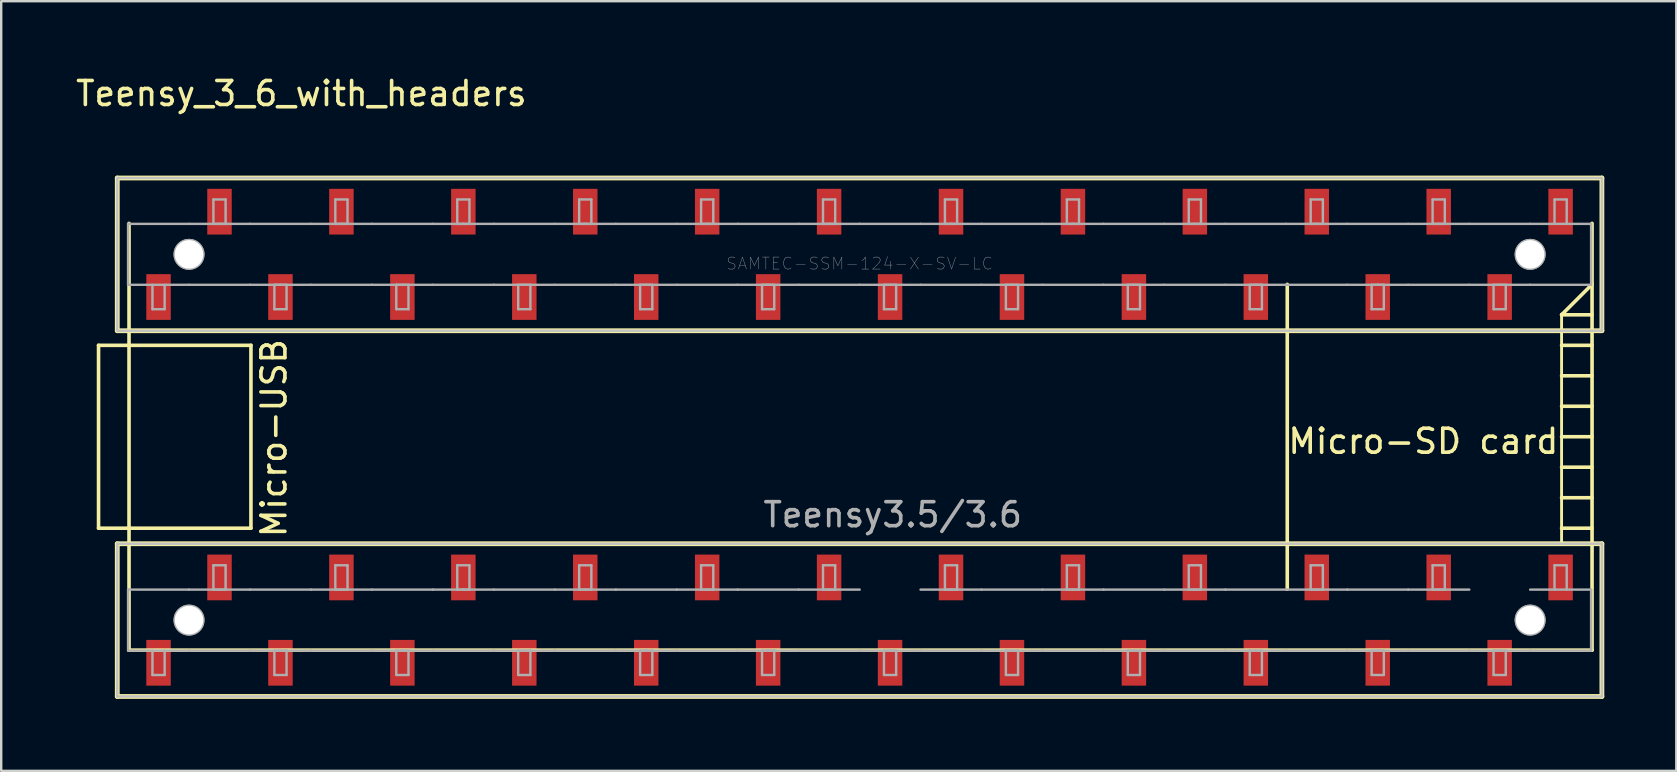
<source format=kicad_pcb>
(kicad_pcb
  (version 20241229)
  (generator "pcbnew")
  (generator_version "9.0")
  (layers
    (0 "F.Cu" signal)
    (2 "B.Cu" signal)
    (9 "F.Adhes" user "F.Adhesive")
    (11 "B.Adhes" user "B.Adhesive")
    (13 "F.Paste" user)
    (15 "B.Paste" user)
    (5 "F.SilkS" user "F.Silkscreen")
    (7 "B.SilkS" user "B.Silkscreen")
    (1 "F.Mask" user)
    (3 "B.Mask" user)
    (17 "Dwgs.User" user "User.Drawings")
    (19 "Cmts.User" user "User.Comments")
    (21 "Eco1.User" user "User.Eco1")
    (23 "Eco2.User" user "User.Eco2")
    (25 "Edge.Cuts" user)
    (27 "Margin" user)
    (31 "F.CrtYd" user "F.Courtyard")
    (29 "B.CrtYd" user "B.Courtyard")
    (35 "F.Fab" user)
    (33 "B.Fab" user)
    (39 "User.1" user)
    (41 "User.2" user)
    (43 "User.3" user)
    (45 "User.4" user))
  (footprint "Teensy_3_6_with_headers"
    (layer "F.Cu")
    (at 32.766 22.788)
    (property "Reference" "Teensy_3_6_with_headers" (at -23.26 -21.94 0) (layer "F.SilkS") (effects (font (size 1 1) (thickness 0.15))))
    (attr through_hole)
    (fp_circle (center -27.94 -15.24) (end -27.294 -15.24) (stroke (width 0.1) (type solid)) (fill no) (layer "F.Mask"))
    (fp_circle (center -27.94 0) (end -27.294 0) (stroke (width 0.1) (type solid)) (fill no) (layer "F.Mask"))
    (fp_circle (center 27.94 -15.24) (end 28.586 -15.24) (stroke (width 0.1) (type solid)) (fill no) (layer "F.Mask"))
    (fp_circle (center 27.94 0) (end 28.586 0) (stroke (width 0.1) (type solid)) (fill no) (layer "F.Mask"))
    (fp_poly (pts (xy -29.771 -14.465) (xy -28.649 -14.465) (xy -28.649 -12.458) (xy -29.771 -12.458)) (stroke (width 0.01) (type solid)) (fill yes) (layer "F.Mask"))
    (fp_poly (pts (xy -29.771 0.775) (xy -28.649 0.775) (xy -28.649 2.782) (xy -29.771 2.782)) (stroke (width 0.01) (type solid)) (fill yes) (layer "F.Mask"))
    (fp_poly (pts (xy -27.231 -18.021) (xy -26.109 -18.021) (xy -26.109 -16.014) (xy -27.231 -16.014)) (stroke (width 0.01) (type solid)) (fill yes) (layer "F.Mask"))
    (fp_poly (pts (xy -27.231 -2.781) (xy -26.109 -2.781) (xy -26.109 -0.774) (xy -27.231 -0.774)) (stroke (width 0.01) (type solid)) (fill yes) (layer "F.Mask"))
    (fp_poly (pts (xy -24.691 -14.465) (xy -23.569 -14.465) (xy -23.569 -12.458) (xy -24.691 -12.458)) (stroke (width 0.01) (type solid)) (fill yes) (layer "F.Mask"))
    (fp_poly (pts (xy -24.691 0.775) (xy -23.569 0.775) (xy -23.569 2.782) (xy -24.691 2.782)) (stroke (width 0.01) (type solid)) (fill yes) (layer "F.Mask"))
    (fp_poly (pts (xy -22.151 -18.021) (xy -21.029 -18.021) (xy -21.029 -16.014) (xy -22.151 -16.014)) (stroke (width 0.01) (type solid)) (fill yes) (layer "F.Mask"))
    (fp_poly (pts (xy -22.151 -2.781) (xy -21.029 -2.781) (xy -21.029 -0.774) (xy -22.151 -0.774)) (stroke (width 0.01) (type solid)) (fill yes) (layer "F.Mask"))
    (fp_poly (pts (xy -19.611 -14.465) (xy -18.489 -14.465) (xy -18.489 -12.458) (xy -19.611 -12.458)) (stroke (width 0.01) (type solid)) (fill yes) (layer "F.Mask"))
    (fp_poly (pts (xy -19.611 0.775) (xy -18.489 0.775) (xy -18.489 2.782) (xy -19.611 2.782)) (stroke (width 0.01) (type solid)) (fill yes) (layer "F.Mask"))
    (fp_poly (pts (xy -17.071 -18.021) (xy -15.949 -18.021) (xy -15.949 -16.014) (xy -17.071 -16.014)) (stroke (width 0.01) (type solid)) (fill yes) (layer "F.Mask"))
    (fp_poly (pts (xy -17.071 -2.781) (xy -15.949 -2.781) (xy -15.949 -0.774) (xy -17.071 -0.774)) (stroke (width 0.01) (type solid)) (fill yes) (layer "F.Mask"))
    (fp_poly (pts (xy -14.531 -14.465) (xy -13.409 -14.465) (xy -13.409 -12.458) (xy -14.531 -12.458)) (stroke (width 0.01) (type solid)) (fill yes) (layer "F.Mask"))
    (fp_poly (pts (xy -14.531 0.775) (xy -13.409 0.775) (xy -13.409 2.782) (xy -14.531 2.782)) (stroke (width 0.01) (type solid)) (fill yes) (layer "F.Mask"))
    (fp_poly (pts (xy -11.991 -18.021) (xy -10.869 -18.021) (xy -10.869 -16.014) (xy -11.991 -16.014)) (stroke (width 0.01) (type solid)) (fill yes) (layer "F.Mask"))
    (fp_poly (pts (xy -11.991 -2.781) (xy -10.869 -2.781) (xy -10.869 -0.774) (xy -11.991 -0.774)) (stroke (width 0.01) (type solid)) (fill yes) (layer "F.Mask"))
    (fp_poly (pts (xy -9.451 -14.465) (xy -8.329 -14.465) (xy -8.329 -12.458) (xy -9.451 -12.458)) (stroke (width 0.01) (type solid)) (fill yes) (layer "F.Mask"))
    (fp_poly (pts (xy -9.451 0.775) (xy -8.329 0.775) (xy -8.329 2.782) (xy -9.451 2.782)) (stroke (width 0.01) (type solid)) (fill yes) (layer "F.Mask"))
    (fp_poly (pts (xy -6.911 -18.021) (xy -5.789 -18.021) (xy -5.789 -16.014) (xy -6.911 -16.014)) (stroke (width 0.01) (type solid)) (fill yes) (layer "F.Mask"))
    (fp_poly (pts (xy -6.911 -2.781) (xy -5.789 -2.781) (xy -5.789 -0.774) (xy -6.911 -0.774)) (stroke (width 0.01) (type solid)) (fill yes) (layer "F.Mask"))
    (fp_poly (pts (xy -4.371 -14.465) (xy -3.249 -14.465) (xy -3.249 -12.458) (xy -4.371 -12.458)) (stroke (width 0.01) (type solid)) (fill yes) (layer "F.Mask"))
    (fp_poly (pts (xy -4.371 0.775) (xy -3.249 0.775) (xy -3.249 2.782) (xy -4.371 2.782)) (stroke (width 0.01) (type solid)) (fill yes) (layer "F.Mask"))
    (fp_poly (pts (xy -1.831 -18.021) (xy -0.709 -18.021) (xy -0.709 -16.014) (xy -1.831 -16.014)) (stroke (width 0.01) (type solid)) (fill yes) (layer "F.Mask"))
    (fp_poly (pts (xy -1.831 -2.781) (xy -0.709 -2.781) (xy -0.709 -0.774) (xy -1.831 -0.774)) (stroke (width 0.01) (type solid)) (fill yes) (layer "F.Mask"))
    (fp_poly (pts (xy 0.709 -14.465) (xy 1.831 -14.465) (xy 1.831 -12.458) (xy 0.709 -12.458)) (stroke (width 0.01) (type solid)) (fill yes) (layer "F.Mask"))
    (fp_poly (pts (xy 0.709 0.775) (xy 1.831 0.775) (xy 1.831 2.782) (xy 0.709 2.782)) (stroke (width 0.01) (type solid)) (fill yes) (layer "F.Mask"))
    (fp_poly (pts (xy 3.249 -18.021) (xy 4.371 -18.021) (xy 4.371 -16.014) (xy 3.249 -16.014)) (stroke (width 0.01) (type solid)) (fill yes) (layer "F.Mask"))
    (fp_poly (pts (xy 3.249 -2.781) (xy 4.371 -2.781) (xy 4.371 -0.774) (xy 3.249 -0.774)) (stroke (width 0.01) (type solid)) (fill yes) (layer "F.Mask"))
    (fp_poly (pts (xy 5.789 -14.465) (xy 6.911 -14.465) (xy 6.911 -12.458) (xy 5.789 -12.458)) (stroke (width 0.01) (type solid)) (fill yes) (layer "F.Mask"))
    (fp_poly (pts (xy 5.789 0.775) (xy 6.911 0.775) (xy 6.911 2.782) (xy 5.789 2.782)) (stroke (width 0.01) (type solid)) (fill yes) (layer "F.Mask"))
    (fp_poly (pts (xy 8.329 -18.021) (xy 9.451 -18.021) (xy 9.451 -16.014) (xy 8.329 -16.014)) (stroke (width 0.01) (type solid)) (fill yes) (layer "F.Mask"))
    (fp_poly (pts (xy 8.329 -2.781) (xy 9.451 -2.781) (xy 9.451 -0.774) (xy 8.329 -0.774)) (stroke (width 0.01) (type solid)) (fill yes) (layer "F.Mask"))
    (fp_poly (pts (xy 10.869 -14.465) (xy 11.991 -14.465) (xy 11.991 -12.458) (xy 10.869 -12.458)) (stroke (width 0.01) (type solid)) (fill yes) (layer "F.Mask"))
    (fp_poly (pts (xy 10.869 0.775) (xy 11.991 0.775) (xy 11.991 2.782) (xy 10.869 2.782)) (stroke (width 0.01) (type solid)) (fill yes) (layer "F.Mask"))
    (fp_poly (pts (xy 13.409 -18.021) (xy 14.531 -18.021) (xy 14.531 -16.014) (xy 13.409 -16.014)) (stroke (width 0.01) (type solid)) (fill yes) (layer "F.Mask"))
    (fp_poly (pts (xy 13.409 -2.781) (xy 14.531 -2.781) (xy 14.531 -0.774) (xy 13.409 -0.774)) (stroke (width 0.01) (type solid)) (fill yes) (layer "F.Mask"))
    (fp_poly (pts (xy 15.949 -14.465) (xy 17.071 -14.465) (xy 17.071 -12.458) (xy 15.949 -12.458)) (stroke (width 0.01) (type solid)) (fill yes) (layer "F.Mask"))
    (fp_poly (pts (xy 15.949 0.775) (xy 17.071 0.775) (xy 17.071 2.782) (xy 15.949 2.782)) (stroke (width 0.01) (type solid)) (fill yes) (layer "F.Mask"))
    (fp_poly (pts (xy 18.489 -18.021) (xy 19.611 -18.021) (xy 19.611 -16.014) (xy 18.489 -16.014)) (stroke (width 0.01) (type solid)) (fill yes) (layer "F.Mask"))
    (fp_poly (pts (xy 18.489 -2.781) (xy 19.611 -2.781) (xy 19.611 -0.774) (xy 18.489 -0.774)) (stroke (width 0.01) (type solid)) (fill yes) (layer "F.Mask"))
    (fp_poly (pts (xy 21.029 -14.465) (xy 22.151 -14.465) (xy 22.151 -12.458) (xy 21.029 -12.458)) (stroke (width 0.01) (type solid)) (fill yes) (layer "F.Mask"))
    (fp_poly (pts (xy 21.029 0.775) (xy 22.151 0.775) (xy 22.151 2.782) (xy 21.029 2.782)) (stroke (width 0.01) (type solid)) (fill yes) (layer "F.Mask"))
    (fp_poly (pts (xy 23.569 -18.021) (xy 24.691 -18.021) (xy 24.691 -16.014) (xy 23.569 -16.014)) (stroke (width 0.01) (type solid)) (fill yes) (layer "F.Mask"))
    (fp_poly (pts (xy 23.569 -2.781) (xy 24.691 -2.781) (xy 24.691 -0.774) (xy 23.569 -0.774)) (stroke (width 0.01) (type solid)) (fill yes) (layer "F.Mask"))
    (fp_poly (pts (xy 26.109 -14.465) (xy 27.231 -14.465) (xy 27.231 -12.458) (xy 26.109 -12.458)) (stroke (width 0.01) (type solid)) (fill yes) (layer "F.Mask"))
    (fp_poly (pts (xy 26.109 0.775) (xy 27.231 0.775) (xy 27.231 2.782) (xy 26.109 2.782)) (stroke (width 0.01) (type solid)) (fill yes) (layer "F.Mask"))
    (fp_poly (pts (xy 28.649 -18.021) (xy 29.771 -18.021) (xy 29.771 -16.014) (xy 28.649 -16.014)) (stroke (width 0.01) (type solid)) (fill yes) (layer "F.Mask"))
    (fp_poly (pts (xy 28.649 -2.781) (xy 29.771 -2.781) (xy 29.771 -0.774) (xy 28.649 -0.774)) (stroke (width 0.01) (type solid)) (fill yes) (layer "F.Mask"))
    (fp_circle (center -27.94 -15.24) (end -27.294 -15.24) (stroke (width 0.1) (type solid)) (fill no) (layer "B.Mask"))
    (fp_circle (center -27.94 0) (end -27.294 0) (stroke (width 0.1) (type solid)) (fill no) (layer "B.Mask"))
    (fp_circle (center 27.94 -15.24) (end 28.586 -15.24) (stroke (width 0.1) (type solid)) (fill no) (layer "B.Mask"))
    (fp_circle (center 27.94 0) (end 28.586 0) (stroke (width 0.1) (type solid)) (fill no) (layer "B.Mask"))
    (fp_line (start -31.71 -11.45) (end -30.44 -11.45) (stroke (width 0.15) (type solid)) (layer "F.SilkS"))
    (fp_line (start -31.71 -3.83) (end -31.71 -11.45) (stroke (width 0.15) (type solid)) (layer "F.SilkS"))
    (fp_line (start -30.93 -18.422) (end -30.93 -12.058) (stroke (width 0.2) (type solid)) (layer "F.SilkS"))
    (fp_line (start -30.93 -12.058) (end 30.93 -12.058) (stroke (width 0.2) (type solid)) (layer "F.SilkS"))
    (fp_line (start -30.93 -3.182) (end -30.93 3.182) (stroke (width 0.2) (type solid)) (layer "F.SilkS"))
    (fp_line (start -30.93 3.182) (end 30.93 3.182) (stroke (width 0.2) (type solid)) (layer "F.SilkS"))
    (fp_line (start -30.44 -3.83) (end -31.71 -3.83) (stroke (width 0.15) (type solid)) (layer "F.SilkS"))
    (fp_line (start -30.44 1.25) (end -30.44 -16.53) (stroke (width 0.15) (type solid)) (layer "F.SilkS"))
    (fp_line (start -30.44 1.25) (end 30.52 1.25) (stroke (width 0.15) (type solid)) (layer "F.SilkS"))
    (fp_line (start -25.36 -11.45) (end -30.44 -11.45) (stroke (width 0.15) (type solid)) (layer "F.SilkS"))
    (fp_line (start -25.36 -3.83) (end -30.44 -3.83) (stroke (width 0.15) (type solid)) (layer "F.SilkS"))
    (fp_line (start -25.36 -3.83) (end -25.36 -11.45) (stroke (width 0.15) (type solid)) (layer "F.SilkS"))
    (fp_line (start 17.82 -13.99) (end 17.82 -1.29) (stroke (width 0.15) (type solid)) (layer "F.SilkS"))
    (fp_line (start 29.25 -12.75) (end 29.25 -3.18) (stroke (width 0.12) (type solid)) (layer "F.SilkS"))
    (fp_line (start 29.25 -12.72) (end 30.52 -13.99) (stroke (width 0.15) (type solid)) (layer "F.SilkS"))
    (fp_line (start 29.25 -12.72) (end 30.52 -12.72) (stroke (width 0.15) (type solid)) (layer "F.SilkS"))
    (fp_line (start 29.25 -11.45) (end 30.52 -11.45) (stroke (width 0.15) (type solid)) (layer "F.SilkS"))
    (fp_line (start 29.25 -10.18) (end 30.52 -10.18) (stroke (width 0.15) (type solid)) (layer "F.SilkS"))
    (fp_line (start 29.25 -8.91) (end 30.52 -8.91) (stroke (width 0.15) (type solid)) (layer "F.SilkS"))
    (fp_line (start 29.25 -7.64) (end 30.52 -7.64) (stroke (width 0.15) (type solid)) (layer "F.SilkS"))
    (fp_line (start 29.25 -6.37) (end 30.52 -6.37) (stroke (width 0.15) (type solid)) (layer "F.SilkS"))
    (fp_line (start 29.25 -5.1) (end 30.52 -5.1) (stroke (width 0.15) (type solid)) (layer "F.SilkS"))
    (fp_line (start 29.25 -3.83) (end 30.52 -3.83) (stroke (width 0.15) (type solid)) (layer "F.SilkS"))
    (fp_line (start 30.52 -16.53) (end 30.52 1.25) (stroke (width 0.15) (type solid)) (layer "F.SilkS"))
    (fp_line (start 30.93 -18.422) (end -30.93 -18.422) (stroke (width 0.2) (type solid)) (layer "F.SilkS"))
    (fp_line (start 30.93 -12.058) (end 30.93 -18.422) (stroke (width 0.2) (type solid)) (layer "F.SilkS"))
    (fp_line (start 30.93 -3.182) (end -30.93 -3.182) (stroke (width 0.2) (type solid)) (layer "F.SilkS"))
    (fp_line (start 30.93 3.182) (end 30.93 -3.182) (stroke (width 0.2) (type solid)) (layer "F.SilkS"))
    (fp_poly (pts (xy -29.72 -14.414) (xy -28.7 -14.414) (xy -28.7 -12.509) (xy -29.72 -12.509)) (stroke (width 0.01) (type solid)) (fill yes) (layer "F.Paste"))
    (fp_poly (pts (xy -29.72 0.826) (xy -28.7 0.826) (xy -28.7 2.731) (xy -29.72 2.731)) (stroke (width 0.01) (type solid)) (fill yes) (layer "F.Paste"))
    (fp_poly (pts (xy -27.18 -17.97) (xy -26.16 -17.97) (xy -26.16 -16.065) (xy -27.18 -16.065)) (stroke (width 0.01) (type solid)) (fill yes) (layer "F.Paste"))
    (fp_poly (pts (xy -27.18 -2.73) (xy -26.16 -2.73) (xy -26.16 -0.825) (xy -27.18 -0.825)) (stroke (width 0.01) (type solid)) (fill yes) (layer "F.Paste"))
    (fp_poly (pts (xy -24.64 -14.414) (xy -23.62 -14.414) (xy -23.62 -12.509) (xy -24.64 -12.509)) (stroke (width 0.01) (type solid)) (fill yes) (layer "F.Paste"))
    (fp_poly (pts (xy -24.64 0.826) (xy -23.62 0.826) (xy -23.62 2.731) (xy -24.64 2.731)) (stroke (width 0.01) (type solid)) (fill yes) (layer "F.Paste"))
    (fp_poly (pts (xy -22.1 -17.97) (xy -21.08 -17.97) (xy -21.08 -16.065) (xy -22.1 -16.065)) (stroke (width 0.01) (type solid)) (fill yes) (layer "F.Paste"))
    (fp_poly (pts (xy -22.1 -2.73) (xy -21.08 -2.73) (xy -21.08 -0.825) (xy -22.1 -0.825)) (stroke (width 0.01) (type solid)) (fill yes) (layer "F.Paste"))
    (fp_poly (pts (xy -19.56 -14.414) (xy -18.54 -14.414) (xy -18.54 -12.509) (xy -19.56 -12.509)) (stroke (width 0.01) (type solid)) (fill yes) (layer "F.Paste"))
    (fp_poly (pts (xy -19.56 0.826) (xy -18.54 0.826) (xy -18.54 2.731) (xy -19.56 2.731)) (stroke (width 0.01) (type solid)) (fill yes) (layer "F.Paste"))
    (fp_poly (pts (xy -17.02 -17.97) (xy -16 -17.97) (xy -16 -16.065) (xy -17.02 -16.065)) (stroke (width 0.01) (type solid)) (fill yes) (layer "F.Paste"))
    (fp_poly (pts (xy -17.02 -2.73) (xy -16 -2.73) (xy -16 -0.825) (xy -17.02 -0.825)) (stroke (width 0.01) (type solid)) (fill yes) (layer "F.Paste"))
    (fp_poly (pts (xy -14.48 -14.414) (xy -13.46 -14.414) (xy -13.46 -12.509) (xy -14.48 -12.509)) (stroke (width 0.01) (type solid)) (fill yes) (layer "F.Paste"))
    (fp_poly (pts (xy -14.48 0.826) (xy -13.46 0.826) (xy -13.46 2.731) (xy -14.48 2.731)) (stroke (width 0.01) (type solid)) (fill yes) (layer "F.Paste"))
    (fp_poly (pts (xy -11.94 -17.97) (xy -10.92 -17.97) (xy -10.92 -16.065) (xy -11.94 -16.065)) (stroke (width 0.01) (type solid)) (fill yes) (layer "F.Paste"))
    (fp_poly (pts (xy -11.94 -2.73) (xy -10.92 -2.73) (xy -10.92 -0.825) (xy -11.94 -0.825)) (stroke (width 0.01) (type solid)) (fill yes) (layer "F.Paste"))
    (fp_poly (pts (xy -9.4 -14.414) (xy -8.38 -14.414) (xy -8.38 -12.509) (xy -9.4 -12.509)) (stroke (width 0.01) (type solid)) (fill yes) (layer "F.Paste"))
    (fp_poly (pts (xy -9.4 0.826) (xy -8.38 0.826) (xy -8.38 2.731) (xy -9.4 2.731)) (stroke (width 0.01) (type solid)) (fill yes) (layer "F.Paste"))
    (fp_poly (pts (xy -6.86 -17.97) (xy -5.84 -17.97) (xy -5.84 -16.065) (xy -6.86 -16.065)) (stroke (width 0.01) (type solid)) (fill yes) (layer "F.Paste"))
    (fp_poly (pts (xy -6.86 -2.73) (xy -5.84 -2.73) (xy -5.84 -0.825) (xy -6.86 -0.825)) (stroke (width 0.01) (type solid)) (fill yes) (layer "F.Paste"))
    (fp_poly (pts (xy -4.32 -14.414) (xy -3.3 -14.414) (xy -3.3 -12.509) (xy -4.32 -12.509)) (stroke (width 0.01) (type solid)) (fill yes) (layer "F.Paste"))
    (fp_poly (pts (xy -4.32 0.826) (xy -3.3 0.826) (xy -3.3 2.731) (xy -4.32 2.731)) (stroke (width 0.01) (type solid)) (fill yes) (layer "F.Paste"))
    (fp_poly (pts (xy -1.78 -17.97) (xy -0.76 -17.97) (xy -0.76 -16.065) (xy -1.78 -16.065)) (stroke (width 0.01) (type solid)) (fill yes) (layer "F.Paste"))
    (fp_poly (pts (xy -1.78 -2.73) (xy -0.76 -2.73) (xy -0.76 -0.825) (xy -1.78 -0.825)) (stroke (width 0.01) (type solid)) (fill yes) (layer "F.Paste"))
    (fp_poly (pts (xy 0.76 -14.414) (xy 1.78 -14.414) (xy 1.78 -12.509) (xy 0.76 -12.509)) (stroke (width 0.01) (type solid)) (fill yes) (layer "F.Paste"))
    (fp_poly (pts (xy 0.76 0.826) (xy 1.78 0.826) (xy 1.78 2.731) (xy 0.76 2.731)) (stroke (width 0.01) (type solid)) (fill yes) (layer "F.Paste"))
    (fp_poly (pts (xy 3.3 -17.97) (xy 4.32 -17.97) (xy 4.32 -16.065) (xy 3.3 -16.065)) (stroke (width 0.01) (type solid)) (fill yes) (layer "F.Paste"))
    (fp_poly (pts (xy 3.3 -2.73) (xy 4.32 -2.73) (xy 4.32 -0.825) (xy 3.3 -0.825)) (stroke (width 0.01) (type solid)) (fill yes) (layer "F.Paste"))
    (fp_poly (pts (xy 5.84 -14.414) (xy 6.86 -14.414) (xy 6.86 -12.509) (xy 5.84 -12.509)) (stroke (width 0.01) (type solid)) (fill yes) (layer "F.Paste"))
    (fp_poly (pts (xy 5.84 0.826) (xy 6.86 0.826) (xy 6.86 2.731) (xy 5.84 2.731)) (stroke (width 0.01) (type solid)) (fill yes) (layer "F.Paste"))
    (fp_poly (pts (xy 8.38 -17.97) (xy 9.4 -17.97) (xy 9.4 -16.065) (xy 8.38 -16.065)) (stroke (width 0.01) (type solid)) (fill yes) (layer "F.Paste"))
    (fp_poly (pts (xy 8.38 -2.73) (xy 9.4 -2.73) (xy 9.4 -0.825) (xy 8.38 -0.825)) (stroke (width 0.01) (type solid)) (fill yes) (layer "F.Paste"))
    (fp_poly (pts (xy 10.92 -14.414) (xy 11.94 -14.414) (xy 11.94 -12.509) (xy 10.92 -12.509)) (stroke (width 0.01) (type solid)) (fill yes) (layer "F.Paste"))
    (fp_poly (pts (xy 10.92 0.826) (xy 11.94 0.826) (xy 11.94 2.731) (xy 10.92 2.731)) (stroke (width 0.01) (type solid)) (fill yes) (layer "F.Paste"))
    (fp_poly (pts (xy 13.46 -17.97) (xy 14.48 -17.97) (xy 14.48 -16.065) (xy 13.46 -16.065)) (stroke (width 0.01) (type solid)) (fill yes) (layer "F.Paste"))
    (fp_poly (pts (xy 13.46 -2.73) (xy 14.48 -2.73) (xy 14.48 -0.825) (xy 13.46 -0.825)) (stroke (width 0.01) (type solid)) (fill yes) (layer "F.Paste"))
    (fp_poly (pts (xy 16 -14.414) (xy 17.02 -14.414) (xy 17.02 -12.509) (xy 16 -12.509)) (stroke (width 0.01) (type solid)) (fill yes) (layer "F.Paste"))
    (fp_poly (pts (xy 16 0.826) (xy 17.02 0.826) (xy 17.02 2.731) (xy 16 2.731)) (stroke (width 0.01) (type solid)) (fill yes) (layer "F.Paste"))
    (fp_poly (pts (xy 18.54 -17.97) (xy 19.56 -17.97) (xy 19.56 -16.065) (xy 18.54 -16.065)) (stroke (width 0.01) (type solid)) (fill yes) (layer "F.Paste"))
    (fp_poly (pts (xy 18.54 -2.73) (xy 19.56 -2.73) (xy 19.56 -0.825) (xy 18.54 -0.825)) (stroke (width 0.01) (type solid)) (fill yes) (layer "F.Paste"))
    (fp_poly (pts (xy 21.08 -14.414) (xy 22.1 -14.414) (xy 22.1 -12.509) (xy 21.08 -12.509)) (stroke (width 0.01) (type solid)) (fill yes) (layer "F.Paste"))
    (fp_poly (pts (xy 21.08 0.826) (xy 22.1 0.826) (xy 22.1 2.731) (xy 21.08 2.731)) (stroke (width 0.01) (type solid)) (fill yes) (layer "F.Paste"))
    (fp_poly (pts (xy 23.62 -17.97) (xy 24.64 -17.97) (xy 24.64 -16.065) (xy 23.62 -16.065)) (stroke (width 0.01) (type solid)) (fill yes) (layer "F.Paste"))
    (fp_poly (pts (xy 23.62 -2.73) (xy 24.64 -2.73) (xy 24.64 -0.825) (xy 23.62 -0.825)) (stroke (width 0.01) (type solid)) (fill yes) (layer "F.Paste"))
    (fp_poly (pts (xy 26.16 -14.414) (xy 27.18 -14.414) (xy 27.18 -12.509) (xy 26.16 -12.509)) (stroke (width 0.01) (type solid)) (fill yes) (layer "F.Paste"))
    (fp_poly (pts (xy 26.16 0.826) (xy 27.18 0.826) (xy 27.18 2.731) (xy 26.16 2.731)) (stroke (width 0.01) (type solid)) (fill yes) (layer "F.Paste"))
    (fp_poly (pts (xy 28.7 -17.97) (xy 29.72 -17.97) (xy 29.72 -16.065) (xy 28.7 -16.065)) (stroke (width 0.01) (type solid)) (fill yes) (layer "F.Paste"))
    (fp_poly (pts (xy 28.7 -2.73) (xy 29.72 -2.73) (xy 29.72 -0.825) (xy 28.7 -0.825)) (stroke (width 0.01) (type solid)) (fill yes) (layer "F.Paste"))
    (fp_line (start -30.93 -18.422) (end -30.93 -12.058) (stroke (width 0.1) (type solid)) (layer "Dwgs.User"))
    (fp_line (start -30.93 -12.058) (end 30.93 -12.058) (stroke (width 0.1) (type solid)) (layer "Dwgs.User"))
    (fp_line (start -30.93 -3.182) (end -30.93 3.182) (stroke (width 0.1) (type solid)) (layer "Dwgs.User"))
    (fp_line (start -30.93 3.182) (end 30.93 3.182) (stroke (width 0.1) (type solid)) (layer "Dwgs.User"))
    (fp_line (start 30.93 -18.422) (end -30.93 -18.422) (stroke (width 0.1) (type solid)) (layer "Dwgs.User"))
    (fp_line (start 30.93 -12.058) (end 30.93 -18.422) (stroke (width 0.1) (type solid)) (layer "Dwgs.User"))
    (fp_line (start 30.93 -3.182) (end -30.93 -3.182) (stroke (width 0.1) (type solid)) (layer "Dwgs.User"))
    (fp_line (start 30.93 3.182) (end 30.93 -3.182) (stroke (width 0.1) (type solid)) (layer "Dwgs.User"))
    (fp_line (start -30.48 -16.51) (end -27.94 -16.51) (stroke (width 0.1) (type solid)) (layer "F.Fab"))
    (fp_line (start -30.48 -13.97) (end -30.48 -16.51) (stroke (width 0.1) (type solid)) (layer "F.Fab"))
    (fp_line (start -30.48 -1.27) (end -27.94 -1.27) (stroke (width 0.1) (type solid)) (layer "F.Fab"))
    (fp_line (start -30.48 1.27) (end -30.48 -1.27) (stroke (width 0.1) (type solid)) (layer "F.Fab"))
    (fp_line (start -29.464 -13.97) (end -29.464 -12.954) (stroke (width 0.1) (type solid)) (layer "F.Fab"))
    (fp_line (start -29.464 -12.954) (end -28.956 -12.954) (stroke (width 0.1) (type solid)) (layer "F.Fab"))
    (fp_line (start -29.464 1.27) (end -29.464 2.286) (stroke (width 0.1) (type solid)) (layer "F.Fab"))
    (fp_line (start -29.464 2.286) (end -28.956 2.286) (stroke (width 0.1) (type solid)) (layer "F.Fab"))
    (fp_line (start -28.956 -12.954) (end -28.956 -13.97) (stroke (width 0.1) (type solid)) (layer "F.Fab"))
    (fp_line (start -28.956 2.286) (end -28.956 1.27) (stroke (width 0.1) (type solid)) (layer "F.Fab"))
    (fp_line (start -27.94 -16.51) (end -25.395 -16.51) (stroke (width 0.1) (type solid)) (layer "F.Fab"))
    (fp_line (start -27.94 -13.97) (end -30.48 -13.97) (stroke (width 0.1) (type solid)) (layer "F.Fab"))
    (fp_line (start -27.94 -13.97) (end -25.4 -13.97) (stroke (width 0.1) (type solid)) (layer "F.Fab"))
    (fp_line (start -27.94 -1.27) (end -25.395 -1.27) (stroke (width 0.1) (type solid)) (layer "F.Fab"))
    (fp_line (start -27.94 1.27) (end -30.48 1.27) (stroke (width 0.1) (type solid)) (layer "F.Fab"))
    (fp_line (start -27.94 1.27) (end -25.4 1.27) (stroke (width 0.1) (type solid)) (layer "F.Fab"))
    (fp_line (start -26.924 -17.526) (end -26.924 -16.51) (stroke (width 0.1) (type solid)) (layer "F.Fab"))
    (fp_line (start -26.924 -16.51) (end -26.67 -16.51) (stroke (width 0.1) (type solid)) (layer "F.Fab"))
    (fp_line (start -26.924 -2.286) (end -26.924 -1.27) (stroke (width 0.1) (type solid)) (layer "F.Fab"))
    (fp_line (start -26.924 -1.27) (end -26.67 -1.27) (stroke (width 0.1) (type solid)) (layer "F.Fab"))
    (fp_line (start -26.67 -16.51) (end -26.416 -16.51) (stroke (width 0.1) (type solid)) (layer "F.Fab"))
    (fp_line (start -26.67 -1.27) (end -26.416 -1.27) (stroke (width 0.1) (type solid)) (layer "F.Fab"))
    (fp_line (start -26.416 -17.526) (end -26.924 -17.526) (stroke (width 0.1) (type solid)) (layer "F.Fab"))
    (fp_line (start -26.416 -16.51) (end -26.416 -17.526) (stroke (width 0.1) (type solid)) (layer "F.Fab"))
    (fp_line (start -26.416 -2.286) (end -26.924 -2.286) (stroke (width 0.1) (type solid)) (layer "F.Fab"))
    (fp_line (start -26.416 -1.27) (end -26.416 -2.286) (stroke (width 0.1) (type solid)) (layer "F.Fab"))
    (fp_line (start -24.384 -13.97) (end -24.384 -12.954) (stroke (width 0.1) (type solid)) (layer "F.Fab"))
    (fp_line (start -24.384 -12.954) (end -23.876 -12.954) (stroke (width 0.1) (type solid)) (layer "F.Fab"))
    (fp_line (start -24.384 1.27) (end -24.384 2.286) (stroke (width 0.1) (type solid)) (layer "F.Fab"))
    (fp_line (start -24.384 2.286) (end -23.876 2.286) (stroke (width 0.1) (type solid)) (layer "F.Fab"))
    (fp_line (start -24.13 -13.97) (end -24.384 -13.97) (stroke (width 0.1) (type solid)) (layer "F.Fab"))
    (fp_line (start -24.13 1.27) (end -24.384 1.27) (stroke (width 0.1) (type solid)) (layer "F.Fab"))
    (fp_line (start -23.876 -13.97) (end -24.13 -13.97) (stroke (width 0.1) (type solid)) (layer "F.Fab"))
    (fp_line (start -23.876 -12.954) (end -23.876 -13.97) (stroke (width 0.1) (type solid)) (layer "F.Fab"))
    (fp_line (start -23.876 1.27) (end -24.13 1.27) (stroke (width 0.1) (type solid)) (layer "F.Fab"))
    (fp_line (start -23.876 2.286) (end -23.876 1.27) (stroke (width 0.1) (type solid)) (layer "F.Fab"))
    (fp_line (start -22.86 -16.51) (end -25.4 -16.51) (stroke (width 0.1) (type solid)) (layer "F.Fab"))
    (fp_line (start -22.86 -16.51) (end -20.315 -16.51) (stroke (width 0.1) (type solid)) (layer "F.Fab"))
    (fp_line (start -22.86 -13.97) (end -25.405 -13.97) (stroke (width 0.1) (type solid)) (layer "F.Fab"))
    (fp_line (start -22.86 -13.97) (end -20.32 -13.97) (stroke (width 0.1) (type solid)) (layer "F.Fab"))
    (fp_line (start -22.86 -1.27) (end -25.4 -1.27) (stroke (width 0.1) (type solid)) (layer "F.Fab"))
    (fp_line (start -22.86 -1.27) (end -20.315 -1.27) (stroke (width 0.1) (type solid)) (layer "F.Fab"))
    (fp_line (start -22.86 1.27) (end -25.405 1.27) (stroke (width 0.1) (type solid)) (layer "F.Fab"))
    (fp_line (start -22.86 1.27) (end -20.32 1.27) (stroke (width 0.1) (type solid)) (layer "F.Fab"))
    (fp_line (start -21.844 -17.526) (end -21.844 -16.51) (stroke (width 0.1) (type solid)) (layer "F.Fab"))
    (fp_line (start -21.844 -16.51) (end -21.59 -16.51) (stroke (width 0.1) (type solid)) (layer "F.Fab"))
    (fp_line (start -21.844 -2.286) (end -21.844 -1.27) (stroke (width 0.1) (type solid)) (layer "F.Fab"))
    (fp_line (start -21.844 -1.27) (end -21.59 -1.27) (stroke (width 0.1) (type solid)) (layer "F.Fab"))
    (fp_line (start -21.59 -16.51) (end -21.336 -16.51) (stroke (width 0.1) (type solid)) (layer "F.Fab"))
    (fp_line (start -21.59 -1.27) (end -21.336 -1.27) (stroke (width 0.1) (type solid)) (layer "F.Fab"))
    (fp_line (start -21.336 -17.526) (end -21.844 -17.526) (stroke (width 0.1) (type solid)) (layer "F.Fab"))
    (fp_line (start -21.336 -16.51) (end -21.336 -17.526) (stroke (width 0.1) (type solid)) (layer "F.Fab"))
    (fp_line (start -21.336 -2.286) (end -21.844 -2.286) (stroke (width 0.1) (type solid)) (layer "F.Fab"))
    (fp_line (start -21.336 -1.27) (end -21.336 -2.286) (stroke (width 0.1) (type solid)) (layer "F.Fab"))
    (fp_line (start -19.304 -13.97) (end -19.304 -12.954) (stroke (width 0.1) (type solid)) (layer "F.Fab"))
    (fp_line (start -19.304 -12.954) (end -18.796 -12.954) (stroke (width 0.1) (type solid)) (layer "F.Fab"))
    (fp_line (start -19.304 1.27) (end -19.304 2.286) (stroke (width 0.1) (type solid)) (layer "F.Fab"))
    (fp_line (start -19.304 2.286) (end -18.796 2.286) (stroke (width 0.1) (type solid)) (layer "F.Fab"))
    (fp_line (start -19.05 -13.97) (end -19.304 -13.97) (stroke (width 0.1) (type solid)) (layer "F.Fab"))
    (fp_line (start -19.05 1.27) (end -19.304 1.27) (stroke (width 0.1) (type solid)) (layer "F.Fab"))
    (fp_line (start -18.796 -13.97) (end -19.05 -13.97) (stroke (width 0.1) (type solid)) (layer "F.Fab"))
    (fp_line (start -18.796 -12.954) (end -18.796 -13.97) (stroke (width 0.1) (type solid)) (layer "F.Fab"))
    (fp_line (start -18.796 1.27) (end -19.05 1.27) (stroke (width 0.1) (type solid)) (layer "F.Fab"))
    (fp_line (start -18.796 2.286) (end -18.796 1.27) (stroke (width 0.1) (type solid)) (layer "F.Fab"))
    (fp_line (start -17.78 -16.51) (end -20.32 -16.51) (stroke (width 0.1) (type solid)) (layer "F.Fab"))
    (fp_line (start -17.78 -16.51) (end -15.235 -16.51) (stroke (width 0.1) (type solid)) (layer "F.Fab"))
    (fp_line (start -17.78 -13.97) (end -20.325 -13.97) (stroke (width 0.1) (type solid)) (layer "F.Fab"))
    (fp_line (start -17.78 -13.97) (end -15.24 -13.97) (stroke (width 0.1) (type solid)) (layer "F.Fab"))
    (fp_line (start -17.78 -1.27) (end -20.32 -1.27) (stroke (width 0.1) (type solid)) (layer "F.Fab"))
    (fp_line (start -17.78 -1.27) (end -15.235 -1.27) (stroke (width 0.1) (type solid)) (layer "F.Fab"))
    (fp_line (start -17.78 1.27) (end -20.325 1.27) (stroke (width 0.1) (type solid)) (layer "F.Fab"))
    (fp_line (start -17.78 1.27) (end -15.24 1.27) (stroke (width 0.1) (type solid)) (layer "F.Fab"))
    (fp_line (start -16.764 -17.526) (end -16.764 -16.51) (stroke (width 0.1) (type solid)) (layer "F.Fab"))
    (fp_line (start -16.764 -16.51) (end -16.51 -16.51) (stroke (width 0.1) (type solid)) (layer "F.Fab"))
    (fp_line (start -16.764 -2.286) (end -16.764 -1.27) (stroke (width 0.1) (type solid)) (layer "F.Fab"))
    (fp_line (start -16.764 -1.27) (end -16.51 -1.27) (stroke (width 0.1) (type solid)) (layer "F.Fab"))
    (fp_line (start -16.51 -16.51) (end -16.256 -16.51) (stroke (width 0.1) (type solid)) (layer "F.Fab"))
    (fp_line (start -16.51 -1.27) (end -16.256 -1.27) (stroke (width 0.1) (type solid)) (layer "F.Fab"))
    (fp_line (start -16.256 -17.526) (end -16.764 -17.526) (stroke (width 0.1) (type solid)) (layer "F.Fab"))
    (fp_line (start -16.256 -16.51) (end -16.256 -17.526) (stroke (width 0.1) (type solid)) (layer "F.Fab"))
    (fp_line (start -16.256 -2.286) (end -16.764 -2.286) (stroke (width 0.1) (type solid)) (layer "F.Fab"))
    (fp_line (start -16.256 -1.27) (end -16.256 -2.286) (stroke (width 0.1) (type solid)) (layer "F.Fab"))
    (fp_line (start -14.224 -13.97) (end -14.224 -12.954) (stroke (width 0.1) (type solid)) (layer "F.Fab"))
    (fp_line (start -14.224 -12.954) (end -13.716 -12.954) (stroke (width 0.1) (type solid)) (layer "F.Fab"))
    (fp_line (start -14.224 1.27) (end -14.224 2.286) (stroke (width 0.1) (type solid)) (layer "F.Fab"))
    (fp_line (start -14.224 2.286) (end -13.716 2.286) (stroke (width 0.1) (type solid)) (layer "F.Fab"))
    (fp_line (start -13.97 -13.97) (end -14.224 -13.97) (stroke (width 0.1) (type solid)) (layer "F.Fab"))
    (fp_line (start -13.97 1.27) (end -14.224 1.27) (stroke (width 0.1) (type solid)) (layer "F.Fab"))
    (fp_line (start -13.716 -13.97) (end -13.97 -13.97) (stroke (width 0.1) (type solid)) (layer "F.Fab"))
    (fp_line (start -13.716 -12.954) (end -13.716 -13.97) (stroke (width 0.1) (type solid)) (layer "F.Fab"))
    (fp_line (start -13.716 1.27) (end -13.97 1.27) (stroke (width 0.1) (type solid)) (layer "F.Fab"))
    (fp_line (start -13.716 2.286) (end -13.716 1.27) (stroke (width 0.1) (type solid)) (layer "F.Fab"))
    (fp_line (start -12.7 -16.51) (end -15.24 -16.51) (stroke (width 0.1) (type solid)) (layer "F.Fab"))
    (fp_line (start -12.7 -16.51) (end -10.155 -16.51) (stroke (width 0.1) (type solid)) (layer "F.Fab"))
    (fp_line (start -12.7 -13.97) (end -15.245 -13.97) (stroke (width 0.1) (type solid)) (layer "F.Fab"))
    (fp_line (start -12.7 -13.97) (end -10.16 -13.97) (stroke (width 0.1) (type solid)) (layer "F.Fab"))
    (fp_line (start -12.7 -1.27) (end -15.24 -1.27) (stroke (width 0.1) (type solid)) (layer "F.Fab"))
    (fp_line (start -12.7 -1.27) (end -10.155 -1.27) (stroke (width 0.1) (type solid)) (layer "F.Fab"))
    (fp_line (start -12.7 1.27) (end -15.245 1.27) (stroke (width 0.1) (type solid)) (layer "F.Fab"))
    (fp_line (start -12.7 1.27) (end -10.16 1.27) (stroke (width 0.1) (type solid)) (layer "F.Fab"))
    (fp_line (start -11.684 -17.526) (end -11.684 -16.51) (stroke (width 0.1) (type solid)) (layer "F.Fab"))
    (fp_line (start -11.684 -16.51) (end -11.43 -16.51) (stroke (width 0.1) (type solid)) (layer "F.Fab"))
    (fp_line (start -11.684 -2.286) (end -11.684 -1.27) (stroke (width 0.1) (type solid)) (layer "F.Fab"))
    (fp_line (start -11.684 -1.27) (end -11.43 -1.27) (stroke (width 0.1) (type solid)) (layer "F.Fab"))
    (fp_line (start -11.43 -16.51) (end -11.176 -16.51) (stroke (width 0.1) (type solid)) (layer "F.Fab"))
    (fp_line (start -11.43 -1.27) (end -11.176 -1.27) (stroke (width 0.1) (type solid)) (layer "F.Fab"))
    (fp_line (start -11.176 -17.526) (end -11.684 -17.526) (stroke (width 0.1) (type solid)) (layer "F.Fab"))
    (fp_line (start -11.176 -16.51) (end -11.176 -17.526) (stroke (width 0.1) (type solid)) (layer "F.Fab"))
    (fp_line (start -11.176 -2.286) (end -11.684 -2.286) (stroke (width 0.1) (type solid)) (layer "F.Fab"))
    (fp_line (start -11.176 -1.27) (end -11.176 -2.286) (stroke (width 0.1) (type solid)) (layer "F.Fab"))
    (fp_line (start -9.144 -13.97) (end -9.144 -12.954) (stroke (width 0.1) (type solid)) (layer "F.Fab"))
    (fp_line (start -9.144 -12.954) (end -8.636 -12.954) (stroke (width 0.1) (type solid)) (layer "F.Fab"))
    (fp_line (start -9.144 1.27) (end -9.144 2.286) (stroke (width 0.1) (type solid)) (layer "F.Fab"))
    (fp_line (start -9.144 2.286) (end -8.636 2.286) (stroke (width 0.1) (type solid)) (layer "F.Fab"))
    (fp_line (start -8.89 -13.97) (end -9.144 -13.97) (stroke (width 0.1) (type solid)) (layer "F.Fab"))
    (fp_line (start -8.89 1.27) (end -9.144 1.27) (stroke (width 0.1) (type solid)) (layer "F.Fab"))
    (fp_line (start -8.636 -13.97) (end -8.89 -13.97) (stroke (width 0.1) (type solid)) (layer "F.Fab"))
    (fp_line (start -8.636 -12.954) (end -8.636 -13.97) (stroke (width 0.1) (type solid)) (layer "F.Fab"))
    (fp_line (start -8.636 1.27) (end -8.89 1.27) (stroke (width 0.1) (type solid)) (layer "F.Fab"))
    (fp_line (start -8.636 2.286) (end -8.636 1.27) (stroke (width 0.1) (type solid)) (layer "F.Fab"))
    (fp_line (start -7.62 -16.51) (end -10.16 -16.51) (stroke (width 0.1) (type solid)) (layer "F.Fab"))
    (fp_line (start -7.62 -16.51) (end -5.075 -16.51) (stroke (width 0.1) (type solid)) (layer "F.Fab"))
    (fp_line (start -7.62 -13.97) (end -10.165 -13.97) (stroke (width 0.1) (type solid)) (layer "F.Fab"))
    (fp_line (start -7.62 -13.97) (end -5.08 -13.97) (stroke (width 0.1) (type solid)) (layer "F.Fab"))
    (fp_line (start -7.62 -1.27) (end -10.16 -1.27) (stroke (width 0.1) (type solid)) (layer "F.Fab"))
    (fp_line (start -7.62 -1.27) (end -5.075 -1.27) (stroke (width 0.1) (type solid)) (layer "F.Fab"))
    (fp_line (start -7.62 1.27) (end -10.165 1.27) (stroke (width 0.1) (type solid)) (layer "F.Fab"))
    (fp_line (start -7.62 1.27) (end -5.08 1.27) (stroke (width 0.1) (type solid)) (layer "F.Fab"))
    (fp_line (start -6.604 -17.526) (end -6.604 -16.51) (stroke (width 0.1) (type solid)) (layer "F.Fab"))
    (fp_line (start -6.604 -16.51) (end -6.35 -16.51) (stroke (width 0.1) (type solid)) (layer "F.Fab"))
    (fp_line (start -6.604 -2.286) (end -6.604 -1.27) (stroke (width 0.1) (type solid)) (layer "F.Fab"))
    (fp_line (start -6.604 -1.27) (end -6.35 -1.27) (stroke (width 0.1) (type solid)) (layer "F.Fab"))
    (fp_line (start -6.35 -16.51) (end -6.096 -16.51) (stroke (width 0.1) (type solid)) (layer "F.Fab"))
    (fp_line (start -6.35 -1.27) (end -6.096 -1.27) (stroke (width 0.1) (type solid)) (layer "F.Fab"))
    (fp_line (start -6.096 -17.526) (end -6.604 -17.526) (stroke (width 0.1) (type solid)) (layer "F.Fab"))
    (fp_line (start -6.096 -16.51) (end -6.096 -17.526) (stroke (width 0.1) (type solid)) (layer "F.Fab"))
    (fp_line (start -6.096 -2.286) (end -6.604 -2.286) (stroke (width 0.1) (type solid)) (layer "F.Fab"))
    (fp_line (start -6.096 -1.27) (end -6.096 -2.286) (stroke (width 0.1) (type solid)) (layer "F.Fab"))
    (fp_line (start -4.064 -13.97) (end -4.064 -12.954) (stroke (width 0.1) (type solid)) (layer "F.Fab"))
    (fp_line (start -4.064 -12.954) (end -3.556 -12.954) (stroke (width 0.1) (type solid)) (layer "F.Fab"))
    (fp_line (start -4.064 1.27) (end -4.064 2.286) (stroke (width 0.1) (type solid)) (layer "F.Fab"))
    (fp_line (start -4.064 2.286) (end -3.556 2.286) (stroke (width 0.1) (type solid)) (layer "F.Fab"))
    (fp_line (start -3.81 -13.97) (end -4.064 -13.97) (stroke (width 0.1) (type solid)) (layer "F.Fab"))
    (fp_line (start -3.81 1.27) (end -4.064 1.27) (stroke (width 0.1) (type solid)) (layer "F.Fab"))
    (fp_line (start -3.556 -13.97) (end -3.81 -13.97) (stroke (width 0.1) (type solid)) (layer "F.Fab"))
    (fp_line (start -3.556 -12.954) (end -3.556 -13.97) (stroke (width 0.1) (type solid)) (layer "F.Fab"))
    (fp_line (start -3.556 1.27) (end -3.81 1.27) (stroke (width 0.1) (type solid)) (layer "F.Fab"))
    (fp_line (start -3.556 2.286) (end -3.556 1.27) (stroke (width 0.1) (type solid)) (layer "F.Fab"))
    (fp_line (start -2.54 -16.51) (end -5.08 -16.51) (stroke (width 0.1) (type solid)) (layer "F.Fab"))
    (fp_line (start -2.54 -16.51) (end 0.005 -16.51) (stroke (width 0.1) (type solid)) (layer "F.Fab"))
    (fp_line (start -2.54 -13.97) (end -5.085 -13.97) (stroke (width 0.1) (type solid)) (layer "F.Fab"))
    (fp_line (start -2.54 -13.97) (end 0 -13.97) (stroke (width 0.1) (type solid)) (layer "F.Fab"))
    (fp_line (start -2.54 -1.27) (end -5.08 -1.27) (stroke (width 0.1) (type solid)) (layer "F.Fab"))
    (fp_line (start -2.54 -1.27) (end 0.005 -1.27) (stroke (width 0.1) (type solid)) (layer "F.Fab"))
    (fp_line (start -2.54 1.27) (end -5.085 1.27) (stroke (width 0.1) (type solid)) (layer "F.Fab"))
    (fp_line (start -2.54 1.27) (end 0 1.27) (stroke (width 0.1) (type solid)) (layer "F.Fab"))
    (fp_line (start -1.524 -17.526) (end -1.524 -16.51) (stroke (width 0.1) (type solid)) (layer "F.Fab"))
    (fp_line (start -1.524 -16.51) (end -1.27 -16.51) (stroke (width 0.1) (type solid)) (layer "F.Fab"))
    (fp_line (start -1.524 -2.286) (end -1.524 -1.27) (stroke (width 0.1) (type solid)) (layer "F.Fab"))
    (fp_line (start -1.524 -1.27) (end -1.27 -1.27) (stroke (width 0.1) (type solid)) (layer "F.Fab"))
    (fp_line (start -1.27 -16.51) (end -1.016 -16.51) (stroke (width 0.1) (type solid)) (layer "F.Fab"))
    (fp_line (start -1.27 -1.27) (end -1.016 -1.27) (stroke (width 0.1) (type solid)) (layer "F.Fab"))
    (fp_line (start -1.016 -17.526) (end -1.524 -17.526) (stroke (width 0.1) (type solid)) (layer "F.Fab"))
    (fp_line (start -1.016 -16.51) (end -1.016 -17.526) (stroke (width 0.1) (type solid)) (layer "F.Fab"))
    (fp_line (start -1.016 -2.286) (end -1.524 -2.286) (stroke (width 0.1) (type solid)) (layer "F.Fab"))
    (fp_line (start -1.016 -1.27) (end -1.016 -2.286) (stroke (width 0.1) (type solid)) (layer "F.Fab"))
    (fp_line (start 1.016 -13.97) (end 1.016 -12.954) (stroke (width 0.1) (type solid)) (layer "F.Fab"))
    (fp_line (start 1.016 -12.954) (end 1.524 -12.954) (stroke (width 0.1) (type solid)) (layer "F.Fab"))
    (fp_line (start 1.016 1.27) (end 1.016 2.286) (stroke (width 0.1) (type solid)) (layer "F.Fab"))
    (fp_line (start 1.016 2.286) (end 1.524 2.286) (stroke (width 0.1) (type solid)) (layer "F.Fab"))
    (fp_line (start 1.27 -13.97) (end 1.016 -13.97) (stroke (width 0.1) (type solid)) (layer "F.Fab"))
    (fp_line (start 1.27 1.27) (end 1.016 1.27) (stroke (width 0.1) (type solid)) (layer "F.Fab"))
    (fp_line (start 1.524 -13.97) (end 1.27 -13.97) (stroke (width 0.1) (type solid)) (layer "F.Fab"))
    (fp_line (start 1.524 -12.954) (end 1.524 -13.97) (stroke (width 0.1) (type solid)) (layer "F.Fab"))
    (fp_line (start 1.524 1.27) (end 1.27 1.27) (stroke (width 0.1) (type solid)) (layer "F.Fab"))
    (fp_line (start 1.524 2.286) (end 1.524 1.27) (stroke (width 0.1) (type solid)) (layer "F.Fab"))
    (fp_line (start 2.54 -16.51) (end 0 -16.51) (stroke (width 0.1) (type solid)) (layer "F.Fab"))
    (fp_line (start 2.54 -16.51) (end 5.085 -16.51) (stroke (width 0.1) (type solid)) (layer "F.Fab"))
    (fp_line (start 2.54 -13.97) (end -0.005 -13.97) (stroke (width 0.1) (type solid)) (layer "F.Fab"))
    (fp_line (start 2.54 -13.97) (end 5.08 -13.97) (stroke (width 0.1) (type solid)) (layer "F.Fab"))
    (fp_line (start 2.54 -1.27) (end 5.085 -1.27) (stroke (width 0.1) (type solid)) (layer "F.Fab"))
    (fp_line (start 2.54 1.27) (end -0.005 1.27) (stroke (width 0.1) (type solid)) (layer "F.Fab"))
    (fp_line (start 2.54 1.27) (end 5.08 1.27) (stroke (width 0.1) (type solid)) (layer "F.Fab"))
    (fp_line (start 3.556 -17.526) (end 3.556 -16.51) (stroke (width 0.1) (type solid)) (layer "F.Fab"))
    (fp_line (start 3.556 -16.51) (end 3.81 -16.51) (stroke (width 0.1) (type solid)) (layer "F.Fab"))
    (fp_line (start 3.556 -2.286) (end 3.556 -1.27) (stroke (width 0.1) (type solid)) (layer "F.Fab"))
    (fp_line (start 3.556 -1.27) (end 3.81 -1.27) (stroke (width 0.1) (type solid)) (layer "F.Fab"))
    (fp_line (start 3.81 -16.51) (end 4.064 -16.51) (stroke (width 0.1) (type solid)) (layer "F.Fab"))
    (fp_line (start 3.81 -1.27) (end 4.064 -1.27) (stroke (width 0.1) (type solid)) (layer "F.Fab"))
    (fp_line (start 4.064 -17.526) (end 3.556 -17.526) (stroke (width 0.1) (type solid)) (layer "F.Fab"))
    (fp_line (start 4.064 -16.51) (end 4.064 -17.526) (stroke (width 0.1) (type solid)) (layer "F.Fab"))
    (fp_line (start 4.064 -2.286) (end 3.556 -2.286) (stroke (width 0.1) (type solid)) (layer "F.Fab"))
    (fp_line (start 4.064 -1.27) (end 4.064 -2.286) (stroke (width 0.1) (type solid)) (layer "F.Fab"))
    (fp_line (start 6.096 -13.97) (end 6.096 -12.954) (stroke (width 0.1) (type solid)) (layer "F.Fab"))
    (fp_line (start 6.096 -12.954) (end 6.604 -12.954) (stroke (width 0.1) (type solid)) (layer "F.Fab"))
    (fp_line (start 6.096 1.27) (end 6.096 2.286) (stroke (width 0.1) (type solid)) (layer "F.Fab"))
    (fp_line (start 6.096 2.286) (end 6.604 2.286) (stroke (width 0.1) (type solid)) (layer "F.Fab"))
    (fp_line (start 6.35 -13.97) (end 6.096 -13.97) (stroke (width 0.1) (type solid)) (layer "F.Fab"))
    (fp_line (start 6.35 1.27) (end 6.096 1.27) (stroke (width 0.1) (type solid)) (layer "F.Fab"))
    (fp_line (start 6.604 -13.97) (end 6.35 -13.97) (stroke (width 0.1) (type solid)) (layer "F.Fab"))
    (fp_line (start 6.604 -12.954) (end 6.604 -13.97) (stroke (width 0.1) (type solid)) (layer "F.Fab"))
    (fp_line (start 6.604 1.27) (end 6.35 1.27) (stroke (width 0.1) (type solid)) (layer "F.Fab"))
    (fp_line (start 6.604 2.286) (end 6.604 1.27) (stroke (width 0.1) (type solid)) (layer "F.Fab"))
    (fp_line (start 7.62 -16.51) (end 5.08 -16.51) (stroke (width 0.1) (type solid)) (layer "F.Fab"))
    (fp_line (start 7.62 -16.51) (end 10.165 -16.51) (stroke (width 0.1) (type solid)) (layer "F.Fab"))
    (fp_line (start 7.62 -13.97) (end 5.075 -13.97) (stroke (width 0.1) (type solid)) (layer "F.Fab"))
    (fp_line (start 7.62 -13.97) (end 10.16 -13.97) (stroke (width 0.1) (type solid)) (layer "F.Fab"))
    (fp_line (start 7.62 -1.27) (end 5.08 -1.27) (stroke (width 0.1) (type solid)) (layer "F.Fab"))
    (fp_line (start 7.62 -1.27) (end 10.165 -1.27) (stroke (width 0.1) (type solid)) (layer "F.Fab"))
    (fp_line (start 7.62 1.27) (end 5.075 1.27) (stroke (width 0.1) (type solid)) (layer "F.Fab"))
    (fp_line (start 7.62 1.27) (end 10.16 1.27) (stroke (width 0.1) (type solid)) (layer "F.Fab"))
    (fp_line (start 8.636 -17.526) (end 8.636 -16.51) (stroke (width 0.1) (type solid)) (layer "F.Fab"))
    (fp_line (start 8.636 -16.51) (end 8.89 -16.51) (stroke (width 0.1) (type solid)) (layer "F.Fab"))
    (fp_line (start 8.636 -2.286) (end 8.636 -1.27) (stroke (width 0.1) (type solid)) (layer "F.Fab"))
    (fp_line (start 8.636 -1.27) (end 8.89 -1.27) (stroke (width 0.1) (type solid)) (layer "F.Fab"))
    (fp_line (start 8.89 -16.51) (end 9.144 -16.51) (stroke (width 0.1) (type solid)) (layer "F.Fab"))
    (fp_line (start 8.89 -1.27) (end 9.144 -1.27) (stroke (width 0.1) (type solid)) (layer "F.Fab"))
    (fp_line (start 9.144 -17.526) (end 8.636 -17.526) (stroke (width 0.1) (type solid)) (layer "F.Fab"))
    (fp_line (start 9.144 -16.51) (end 9.144 -17.526) (stroke (width 0.1) (type solid)) (layer "F.Fab"))
    (fp_line (start 9.144 -2.286) (end 8.636 -2.286) (stroke (width 0.1) (type solid)) (layer "F.Fab"))
    (fp_line (start 9.144 -1.27) (end 9.144 -2.286) (stroke (width 0.1) (type solid)) (layer "F.Fab"))
    (fp_line (start 11.176 -13.97) (end 11.176 -12.954) (stroke (width 0.1) (type solid)) (layer "F.Fab"))
    (fp_line (start 11.176 -12.954) (end 11.684 -12.954) (stroke (width 0.1) (type solid)) (layer "F.Fab"))
    (fp_line (start 11.176 1.27) (end 11.176 2.286) (stroke (width 0.1) (type solid)) (layer "F.Fab"))
    (fp_line (start 11.176 2.286) (end 11.684 2.286) (stroke (width 0.1) (type solid)) (layer "F.Fab"))
    (fp_line (start 11.43 -13.97) (end 11.176 -13.97) (stroke (width 0.1) (type solid)) (layer "F.Fab"))
    (fp_line (start 11.43 1.27) (end 11.176 1.27) (stroke (width 0.1) (type solid)) (layer "F.Fab"))
    (fp_line (start 11.684 -13.97) (end 11.43 -13.97) (stroke (width 0.1) (type solid)) (layer "F.Fab"))
    (fp_line (start 11.684 -12.954) (end 11.684 -13.97) (stroke (width 0.1) (type solid)) (layer "F.Fab"))
    (fp_line (start 11.684 1.27) (end 11.43 1.27) (stroke (width 0.1) (type solid)) (layer "F.Fab"))
    (fp_line (start 11.684 2.286) (end 11.684 1.27) (stroke (width 0.1) (type solid)) (layer "F.Fab"))
    (fp_line (start 12.7 -16.51) (end 10.16 -16.51) (stroke (width 0.1) (type solid)) (layer "F.Fab"))
    (fp_line (start 12.7 -16.51) (end 15.245 -16.51) (stroke (width 0.1) (type solid)) (layer "F.Fab"))
    (fp_line (start 12.7 -13.97) (end 10.155 -13.97) (stroke (width 0.1) (type solid)) (layer "F.Fab"))
    (fp_line (start 12.7 -13.97) (end 15.24 -13.97) (stroke (width 0.1) (type solid)) (layer "F.Fab"))
    (fp_line (start 12.7 -1.27) (end 10.16 -1.27) (stroke (width 0.1) (type solid)) (layer "F.Fab"))
    (fp_line (start 12.7 -1.27) (end 15.245 -1.27) (stroke (width 0.1) (type solid)) (layer "F.Fab"))
    (fp_line (start 12.7 1.27) (end 10.155 1.27) (stroke (width 0.1) (type solid)) (layer "F.Fab"))
    (fp_line (start 12.7 1.27) (end 15.24 1.27) (stroke (width 0.1) (type solid)) (layer "F.Fab"))
    (fp_line (start 13.716 -17.526) (end 13.716 -16.51) (stroke (width 0.1) (type solid)) (layer "F.Fab"))
    (fp_line (start 13.716 -16.51) (end 13.97 -16.51) (stroke (width 0.1) (type solid)) (layer "F.Fab"))
    (fp_line (start 13.716 -2.286) (end 13.716 -1.27) (stroke (width 0.1) (type solid)) (layer "F.Fab"))
    (fp_line (start 13.716 -1.27) (end 13.97 -1.27) (stroke (width 0.1) (type solid)) (layer "F.Fab"))
    (fp_line (start 13.97 -16.51) (end 14.224 -16.51) (stroke (width 0.1) (type solid)) (layer "F.Fab"))
    (fp_line (start 13.97 -1.27) (end 14.224 -1.27) (stroke (width 0.1) (type solid)) (layer "F.Fab"))
    (fp_line (start 14.224 -17.526) (end 13.716 -17.526) (stroke (width 0.1) (type solid)) (layer "F.Fab"))
    (fp_line (start 14.224 -16.51) (end 14.224 -17.526) (stroke (width 0.1) (type solid)) (layer "F.Fab"))
    (fp_line (start 14.224 -2.286) (end 13.716 -2.286) (stroke (width 0.1) (type solid)) (layer "F.Fab"))
    (fp_line (start 14.224 -1.27) (end 14.224 -2.286) (stroke (width 0.1) (type solid)) (layer "F.Fab"))
    (fp_line (start 16.256 -13.97) (end 16.256 -12.954) (stroke (width 0.1) (type solid)) (layer "F.Fab"))
    (fp_line (start 16.256 -12.954) (end 16.764 -12.954) (stroke (width 0.1) (type solid)) (layer "F.Fab"))
    (fp_line (start 16.256 1.27) (end 16.256 2.286) (stroke (width 0.1) (type solid)) (layer "F.Fab"))
    (fp_line (start 16.256 2.286) (end 16.764 2.286) (stroke (width 0.1) (type solid)) (layer "F.Fab"))
    (fp_line (start 16.51 -13.97) (end 16.256 -13.97) (stroke (width 0.1) (type solid)) (layer "F.Fab"))
    (fp_line (start 16.51 1.27) (end 16.256 1.27) (stroke (width 0.1) (type solid)) (layer "F.Fab"))
    (fp_line (start 16.764 -13.97) (end 16.51 -13.97) (stroke (width 0.1) (type solid)) (layer "F.Fab"))
    (fp_line (start 16.764 -12.954) (end 16.764 -13.97) (stroke (width 0.1) (type solid)) (layer "F.Fab"))
    (fp_line (start 16.764 1.27) (end 16.51 1.27) (stroke (width 0.1) (type solid)) (layer "F.Fab"))
    (fp_line (start 16.764 2.286) (end 16.764 1.27) (stroke (width 0.1) (type solid)) (layer "F.Fab"))
    (fp_line (start 17.78 -16.51) (end 15.24 -16.51) (stroke (width 0.1) (type solid)) (layer "F.Fab"))
    (fp_line (start 17.78 -16.51) (end 20.325 -16.51) (stroke (width 0.1) (type solid)) (layer "F.Fab"))
    (fp_line (start 17.78 -13.97) (end 15.235 -13.97) (stroke (width 0.1) (type solid)) (layer "F.Fab"))
    (fp_line (start 17.78 -13.97) (end 20.32 -13.97) (stroke (width 0.1) (type solid)) (layer "F.Fab"))
    (fp_line (start 17.78 -1.27) (end 15.24 -1.27) (stroke (width 0.1) (type solid)) (layer "F.Fab"))
    (fp_line (start 17.78 -1.27) (end 20.325 -1.27) (stroke (width 0.1) (type solid)) (layer "F.Fab"))
    (fp_line (start 17.78 1.27) (end 15.235 1.27) (stroke (width 0.1) (type solid)) (layer "F.Fab"))
    (fp_line (start 17.78 1.27) (end 20.32 1.27) (stroke (width 0.1) (type solid)) (layer "F.Fab"))
    (fp_line (start 18.796 -17.526) (end 18.796 -16.51) (stroke (width 0.1) (type solid)) (layer "F.Fab"))
    (fp_line (start 18.796 -16.51) (end 19.05 -16.51) (stroke (width 0.1) (type solid)) (layer "F.Fab"))
    (fp_line (start 18.796 -2.286) (end 18.796 -1.27) (stroke (width 0.1) (type solid)) (layer "F.Fab"))
    (fp_line (start 18.796 -1.27) (end 19.05 -1.27) (stroke (width 0.1) (type solid)) (layer "F.Fab"))
    (fp_line (start 19.05 -16.51) (end 19.304 -16.51) (stroke (width 0.1) (type solid)) (layer "F.Fab"))
    (fp_line (start 19.05 -1.27) (end 19.304 -1.27) (stroke (width 0.1) (type solid)) (layer "F.Fab"))
    (fp_line (start 19.304 -17.526) (end 18.796 -17.526) (stroke (width 0.1) (type solid)) (layer "F.Fab"))
    (fp_line (start 19.304 -16.51) (end 19.304 -17.526) (stroke (width 0.1) (type solid)) (layer "F.Fab"))
    (fp_line (start 19.304 -2.286) (end 18.796 -2.286) (stroke (width 0.1) (type solid)) (layer "F.Fab"))
    (fp_line (start 19.304 -1.27) (end 19.304 -2.286) (stroke (width 0.1) (type solid)) (layer "F.Fab"))
    (fp_line (start 21.336 -13.97) (end 21.336 -12.954) (stroke (width 0.1) (type solid)) (layer "F.Fab"))
    (fp_line (start 21.336 -12.954) (end 21.844 -12.954) (stroke (width 0.1) (type solid)) (layer "F.Fab"))
    (fp_line (start 21.336 1.27) (end 21.336 2.286) (stroke (width 0.1) (type solid)) (layer "F.Fab"))
    (fp_line (start 21.336 2.286) (end 21.844 2.286) (stroke (width 0.1) (type solid)) (layer "F.Fab"))
    (fp_line (start 21.59 -13.97) (end 21.336 -13.97) (stroke (width 0.1) (type solid)) (layer "F.Fab"))
    (fp_line (start 21.59 1.27) (end 21.336 1.27) (stroke (width 0.1) (type solid)) (layer "F.Fab"))
    (fp_line (start 21.844 -13.97) (end 21.59 -13.97) (stroke (width 0.1) (type solid)) (layer "F.Fab"))
    (fp_line (start 21.844 -12.954) (end 21.844 -13.97) (stroke (width 0.1) (type solid)) (layer "F.Fab"))
    (fp_line (start 21.844 1.27) (end 21.59 1.27) (stroke (width 0.1) (type solid)) (layer "F.Fab"))
    (fp_line (start 21.844 2.286) (end 21.844 1.27) (stroke (width 0.1) (type solid)) (layer "F.Fab"))
    (fp_line (start 22.86 -16.51) (end 20.32 -16.51) (stroke (width 0.1) (type solid)) (layer "F.Fab"))
    (fp_line (start 22.86 -16.51) (end 25.405 -16.51) (stroke (width 0.1) (type solid)) (layer "F.Fab"))
    (fp_line (start 22.86 -13.97) (end 20.315 -13.97) (stroke (width 0.1) (type solid)) (layer "F.Fab"))
    (fp_line (start 22.86 -13.97) (end 25.4 -13.97) (stroke (width 0.1) (type solid)) (layer "F.Fab"))
    (fp_line (start 22.86 -1.27) (end 20.32 -1.27) (stroke (width 0.1) (type solid)) (layer "F.Fab"))
    (fp_line (start 22.86 -1.27) (end 25.405 -1.27) (stroke (width 0.1) (type solid)) (layer "F.Fab"))
    (fp_line (start 22.86 1.27) (end 20.315 1.27) (stroke (width 0.1) (type solid)) (layer "F.Fab"))
    (fp_line (start 22.86 1.27) (end 25.4 1.27) (stroke (width 0.1) (type solid)) (layer "F.Fab"))
    (fp_line (start 23.876 -17.526) (end 23.876 -16.51) (stroke (width 0.1) (type solid)) (layer "F.Fab"))
    (fp_line (start 23.876 -16.51) (end 24.13 -16.51) (stroke (width 0.1) (type solid)) (layer "F.Fab"))
    (fp_line (start 23.876 -2.286) (end 23.876 -1.27) (stroke (width 0.1) (type solid)) (layer "F.Fab"))
    (fp_line (start 23.876 -1.27) (end 24.13 -1.27) (stroke (width 0.1) (type solid)) (layer "F.Fab"))
    (fp_line (start 24.13 -16.51) (end 24.384 -16.51) (stroke (width 0.1) (type solid)) (layer "F.Fab"))
    (fp_line (start 24.13 -1.27) (end 24.384 -1.27) (stroke (width 0.1) (type solid)) (layer "F.Fab"))
    (fp_line (start 24.384 -17.526) (end 23.876 -17.526) (stroke (width 0.1) (type solid)) (layer "F.Fab"))
    (fp_line (start 24.384 -16.51) (end 24.384 -17.526) (stroke (width 0.1) (type solid)) (layer "F.Fab"))
    (fp_line (start 24.384 -2.286) (end 23.876 -2.286) (stroke (width 0.1) (type solid)) (layer "F.Fab"))
    (fp_line (start 24.384 -1.27) (end 24.384 -2.286) (stroke (width 0.1) (type solid)) (layer "F.Fab"))
    (fp_line (start 26.416 -13.97) (end 26.416 -12.954) (stroke (width 0.1) (type solid)) (layer "F.Fab"))
    (fp_line (start 26.416 -12.954) (end 26.924 -12.954) (stroke (width 0.1) (type solid)) (layer "F.Fab"))
    (fp_line (start 26.416 1.27) (end 26.416 2.286) (stroke (width 0.1) (type solid)) (layer "F.Fab"))
    (fp_line (start 26.416 2.286) (end 26.924 2.286) (stroke (width 0.1) (type solid)) (layer "F.Fab"))
    (fp_line (start 26.67 -13.97) (end 26.416 -13.97) (stroke (width 0.1) (type solid)) (layer "F.Fab"))
    (fp_line (start 26.67 1.27) (end 26.416 1.27) (stroke (width 0.1) (type solid)) (layer "F.Fab"))
    (fp_line (start 26.924 -13.97) (end 26.67 -13.97) (stroke (width 0.1) (type solid)) (layer "F.Fab"))
    (fp_line (start 26.924 -12.954) (end 26.924 -13.97) (stroke (width 0.1) (type solid)) (layer "F.Fab"))
    (fp_line (start 26.924 1.27) (end 26.67 1.27) (stroke (width 0.1) (type solid)) (layer "F.Fab"))
    (fp_line (start 26.924 2.286) (end 26.924 1.27) (stroke (width 0.1) (type solid)) (layer "F.Fab"))
    (fp_line (start 27.94 -16.51) (end 25.4 -16.51) (stroke (width 0.1) (type solid)) (layer "F.Fab"))
    (fp_line (start 27.94 -16.51) (end 30.48 -16.51) (stroke (width 0.1) (type solid)) (layer "F.Fab"))
    (fp_line (start 27.94 -13.97) (end 25.395 -13.97) (stroke (width 0.1) (type solid)) (layer "F.Fab"))
    (fp_line (start 27.94 -1.27) (end 30.48 -1.27) (stroke (width 0.1) (type solid)) (layer "F.Fab"))
    (fp_line (start 27.94 1.27) (end 25.395 1.27) (stroke (width 0.1) (type solid)) (layer "F.Fab"))
    (fp_line (start 28.956 -17.526) (end 28.956 -16.51) (stroke (width 0.1) (type solid)) (layer "F.Fab"))
    (fp_line (start 28.956 -2.286) (end 28.956 -1.27) (stroke (width 0.1) (type solid)) (layer "F.Fab"))
    (fp_line (start 29.464 -17.526) (end 28.956 -17.526) (stroke (width 0.1) (type solid)) (layer "F.Fab"))
    (fp_line (start 29.464 -16.51) (end 29.464 -17.526) (stroke (width 0.1) (type solid)) (layer "F.Fab"))
    (fp_line (start 29.464 -2.286) (end 28.956 -2.286) (stroke (width 0.1) (type solid)) (layer "F.Fab"))
    (fp_line (start 29.464 -1.27) (end 29.464 -2.286) (stroke (width 0.1) (type solid)) (layer "F.Fab"))
    (fp_line (start 30.48 -16.51) (end 30.48 -13.97) (stroke (width 0.1) (type solid)) (layer "F.Fab"))
    (fp_line (start 30.48 -13.97) (end 27.94 -13.97) (stroke (width 0.1) (type solid)) (layer "F.Fab"))
    (fp_line (start 30.48 -1.27) (end 30.48 1.27) (stroke (width 0.1) (type solid)) (layer "F.Fab"))
    (fp_line (start 30.48 1.27) (end 27.94 1.27) (stroke (width 0.1) (type solid)) (layer "F.Fab"))
    (fp_circle (center -27.94 -15.24) (end -27.343 -15.24) (stroke (width 0.1) (type solid)) (fill no) (layer "F.Fab"))
    (fp_circle (center -27.94 -15.24) (end -27.343 -15.24) (stroke (width 0.1) (type solid)) (fill no) (layer "F.Fab"))
    (fp_circle (center -27.94 0) (end -27.343 0) (stroke (width 0.1) (type solid)) (fill no) (layer "F.Fab"))
    (fp_circle (center -27.94 0) (end -27.343 0) (stroke (width 0.1) (type solid)) (fill no) (layer "F.Fab"))
    (fp_circle (center 27.94 -15.24) (end 28.537 -15.24) (stroke (width 0.1) (type solid)) (fill no) (layer "F.Fab"))
    (fp_circle (center 27.94 -15.24) (end 28.537 -15.24) (stroke (width 0.1) (type solid)) (fill no) (layer "F.Fab"))
    (fp_circle (center 27.94 0) (end 28.537 0) (stroke (width 0.1) (type solid)) (fill no) (layer "F.Fab"))
    (fp_circle (center 27.94 0) (end 28.537 0) (stroke (width 0.1) (type solid)) (fill no) (layer "F.Fab"))
    (fp_text user "Micro-USB" (at -24.4 -7.58 90) (layer "F.SilkS") (effects (font (size 1 1) (thickness 0.15))))
    (fp_text user "Micro-SD card" (at 23.49 -7.45 180) (layer "F.SilkS") (effects (font (size 1 1) (thickness 0.15))))
    (fp_text user "SAMTEC-SSM-124-X-SV-LC" (at 0 -14.857 0) (layer "F.Fab") (effects (font (size 0.5 0.5) (thickness 0.015))))
    (fp_text user "Teensy3.5/3.6" (at 1.38 -4.39 0) (layer "F.Fab") (effects (font (size 1 1) (thickness 0.15))))
    (pad "" np_thru_hole circle (at -27.94 -15.24) (size 1.19 1.19) (drill 1.19) (layers "*.Cu" "*.Mask"))
    (pad "" np_thru_hole circle (at -27.94 0) (size 1.19 1.19) (drill 1.19) (layers "*.Cu" "*.Mask"))
    (pad "" np_thru_hole circle (at 27.94 -15.24) (size 1.19 1.19) (drill 1.19) (layers "*.Cu" "*.Mask"))
    (pad "" np_thru_hole circle (at 27.94 0) (size 1.19 1.19) (drill 1.19) (layers "*.Cu" "*.Mask"))
    (pad "1" smd rect (at -29.21 1.778) (size 1.02 1.905) (layers "F.Cu" "F.Paste"))
    (pad "2" smd rect (at -26.67 -1.778) (size 1.02 1.905) (layers "F.Cu" "F.Paste"))
    (pad "3" smd rect (at -24.13 1.778) (size 1.02 1.905) (layers "F.Cu" "F.Paste"))
    (pad "4" smd rect (at -21.59 -1.778) (size 1.02 1.905) (layers "F.Cu" "F.Paste"))
    (pad "5" smd rect (at -19.05 1.778) (size 1.02 1.905) (layers "F.Cu" "F.Paste"))
    (pad "6" smd rect (at -16.51 -1.778) (size 1.02 1.905) (layers "F.Cu" "F.Paste"))
    (pad "7" smd rect (at -13.97 1.778) (size 1.02 1.905) (layers "F.Cu" "F.Paste"))
    (pad "8" smd rect (at -11.43 -1.778) (size 1.02 1.905) (layers "F.Cu" "F.Paste"))
    (pad "9" smd rect (at -8.89 1.778) (size 1.02 1.905) (layers "F.Cu" "F.Paste"))
    (pad "10" smd rect (at -6.35 -1.778) (size 1.02 1.905) (layers "F.Cu" "F.Paste"))
    (pad "11" smd rect (at -3.81 1.778) (size 1.02 1.905) (layers "F.Cu" "F.Paste"))
    (pad "12" smd rect (at -1.27 -1.778) (size 1.02 1.905) (layers "F.Cu" "F.Paste"))
    (pad "13" smd rect (at 1.27 1.778) (size 1.02 1.905) (layers "F.Cu" "F.Paste"))
    (pad "14" smd rect (at 3.81 -1.778) (size 1.02 1.905) (layers "F.Cu" "F.Paste"))
    (pad "15" smd rect (at 6.35 1.778) (size 1.02 1.905) (layers "F.Cu" "F.Paste"))
    (pad "16" smd rect (at 8.89 -1.778) (size 1.02 1.905) (layers "F.Cu" "F.Paste"))
    (pad "17" smd rect (at 11.43 1.778) (size 1.02 1.905) (layers "F.Cu" "F.Paste"))
    (pad "18" smd rect (at 13.97 -1.778) (size 1.02 1.905) (layers "F.Cu" "F.Paste"))
    (pad "19" smd rect (at 16.51 1.778) (size 1.02 1.905) (layers "F.Cu" "F.Paste"))
    (pad "20" smd rect (at 19.05 -1.778) (size 1.02 1.905) (layers "F.Cu" "F.Paste"))
    (pad "21" smd rect (at 21.59 1.778) (size 1.02 1.905) (layers "F.Cu" "F.Paste"))
    (pad "22" smd rect (at 24.13 -1.778) (size 1.02 1.905) (layers "F.Cu" "F.Paste"))
    (pad "23" smd rect (at 26.67 1.778) (size 1.02 1.905) (layers "F.Cu" "F.Paste"))
    (pad "24" smd rect (at 29.21 -1.778) (size 1.02 1.905) (layers "F.Cu" "F.Paste"))
    (pad "30" smd rect (at 29.21 -17.018) (size 1.02 1.905) (layers "F.Cu" "F.Paste"))
    (pad "31" smd rect (at 26.67 -13.462) (size 1.02 1.905) (layers "F.Cu" "F.Paste"))
    (pad "32" smd rect (at 24.13 -17.018) (size 1.02 1.905) (layers "F.Cu" "F.Paste"))
    (pad "33" smd rect (at 21.59 -13.462) (size 1.02 1.905) (layers "F.Cu" "F.Paste"))
    (pad "34" smd rect (at 19.05 -17.018) (size 1.02 1.905) (layers "F.Cu" "F.Paste"))
    (pad "35" smd rect (at 16.51 -13.462) (size 1.02 1.905) (layers "F.Cu" "F.Paste"))
    (pad "36" smd rect (at 13.97 -17.018) (size 1.02 1.905) (layers "F.Cu" "F.Paste"))
    (pad "37" smd rect (at 11.43 -13.462) (size 1.02 1.905) (layers "F.Cu" "F.Paste"))
    (pad "38" smd rect (at 8.89 -17.018) (size 1.02 1.905) (layers "F.Cu" "F.Paste"))
    (pad "39" smd rect (at 6.35 -13.462) (size 1.02 1.905) (layers "F.Cu" "F.Paste"))
    (pad "40" smd rect (at 3.81 -17.018) (size 1.02 1.905) (layers "F.Cu" "F.Paste"))
    (pad "41" smd rect (at 1.27 -13.462) (size 1.02 1.905) (layers "F.Cu" "F.Paste"))
    (pad "42" smd rect (at -1.27 -17.018) (size 1.02 1.905) (layers "F.Cu" "F.Paste"))
    (pad "43" smd rect (at -3.81 -13.462) (size 1.02 1.905) (layers "F.Cu" "F.Paste"))
    (pad "44" smd rect (at -6.35 -17.018) (size 1.02 1.905) (layers "F.Cu" "F.Paste"))
    (pad "45" smd rect (at -8.89 -13.462) (size 1.02 1.905) (layers "F.Cu" "F.Paste"))
    (pad "46" smd rect (at -11.43 -17.018) (size 1.02 1.905) (layers "F.Cu" "F.Paste"))
    (pad "47" smd rect (at -13.97 -13.462) (size 1.02 1.905) (layers "F.Cu" "F.Paste"))
    (pad "48" smd rect (at -16.51 -17.018) (size 1.02 1.905) (layers "F.Cu" "F.Paste"))
    (pad "49" smd rect (at -19.05 -13.462) (size 1.02 1.905) (layers "F.Cu" "F.Paste"))
    (pad "50" smd rect (at -21.59 -17.018) (size 1.02 1.905) (layers "F.Cu" "F.Paste"))
    (pad "51" smd rect (at -24.13 -13.462) (size 1.02 1.905) (layers "F.Cu" "F.Paste"))
    (pad "52" smd rect (at -26.67 -17.018) (size 1.02 1.905) (layers "F.Cu" "F.Paste"))
    (pad "53" smd rect (at -29.21 -13.462) (size 1.02 1.905) (layers "F.Cu" "F.Paste")))
  (gr_rect
    (start -3 -3)
    (end 66.796 29.07)
    (stroke (width 0.1) (type default))
    (fill no)
    (layer "Edge.Cuts")))
</source>
